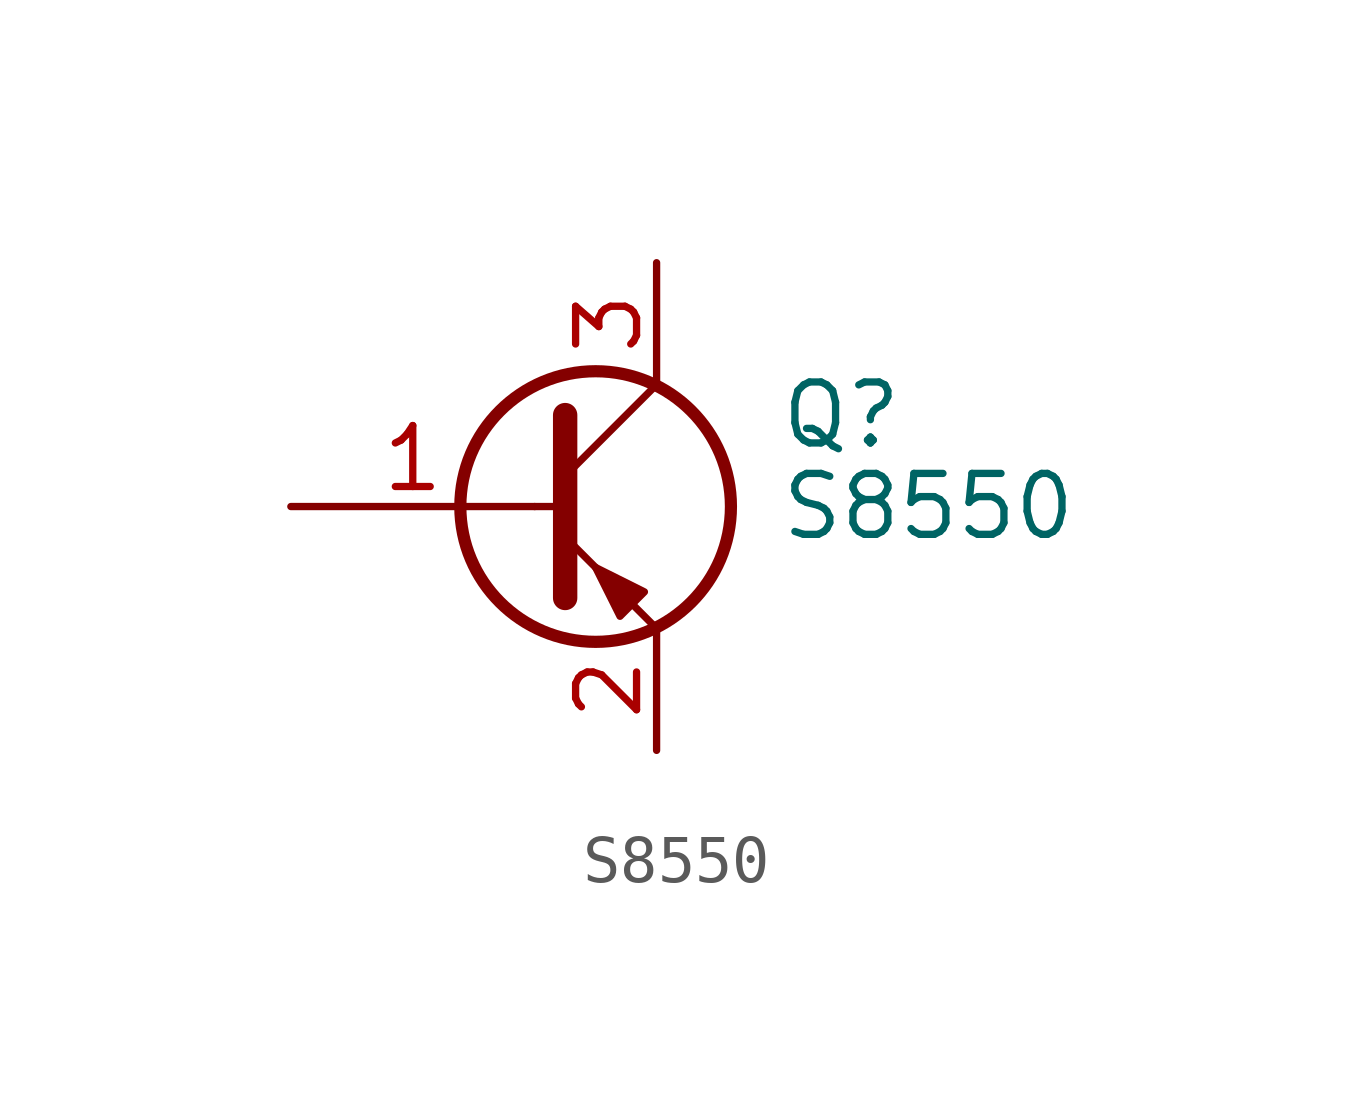
<source format=kicad_sym>
(kicad_symbol_lib
  (version 20201005)
  (generator kicad_symbol_editor)
  (symbol "Transistor_BJT:S8550"
    (pin_names
      (offset 0) hide)
    (property "Reference" "Q"
      (at 5.08 1.905 0)
      (effects (font (size 1.27 1.27)) (justify left)))
    (property "Value" "S8550"
      (at 5.08 0 0)
      (effects (font (size 1.27 1.27)) (justify left)))
    (symbol "S8550_0_1"
      (circle (center 1.27 0) (radius 2.819) (stroke (width 0.254)) (fill (type none)))
      (polyline (pts (xy 0 0) (xy 0.635 0)) (stroke (width 0)) (fill (type none)))
      (polyline (pts (xy 2.54 -2.54) (xy 0.635 -0.635)) (stroke (width 0)) (fill (type none)))
      (polyline (pts (xy 2.54 2.54) (xy 0.635 0.635)) (stroke (width 0)) (fill (type none)))
      (polyline (pts (xy 0.635 1.905) (xy 0.635 -1.905) (xy 0.635 -1.905)) (stroke (width 0.508)) (fill (type outline)))
      (polyline (pts (xy 1.778 -2.286) (xy 2.286 -1.778) (xy 1.27 -1.27) (xy 1.778 -2.286) (xy 1.778 -2.286)) (stroke (width 0)) (fill (type outline))))
    (symbol "S8550_1_1"
      (pin passive line (at 2.54 -5.08 90) (length 2.54) (name "E" (effects (font (size 1.27 1.27)))) (number "2" (effects (font (size 1.27 1.27)))))
      (pin input line (at -5.08 0 0) (length 5.08) (name "B" (effects (font (size 1.27 1.27)))) (number "1" (effects (font (size 1.27 1.27)))))
      (pin passive line (at 2.54 5.08 270) (length 2.54) (name "C" (effects (font (size 1.27 1.27)))) (number "3" (effects (font (size 1.27 1.27))))))))
</source>
